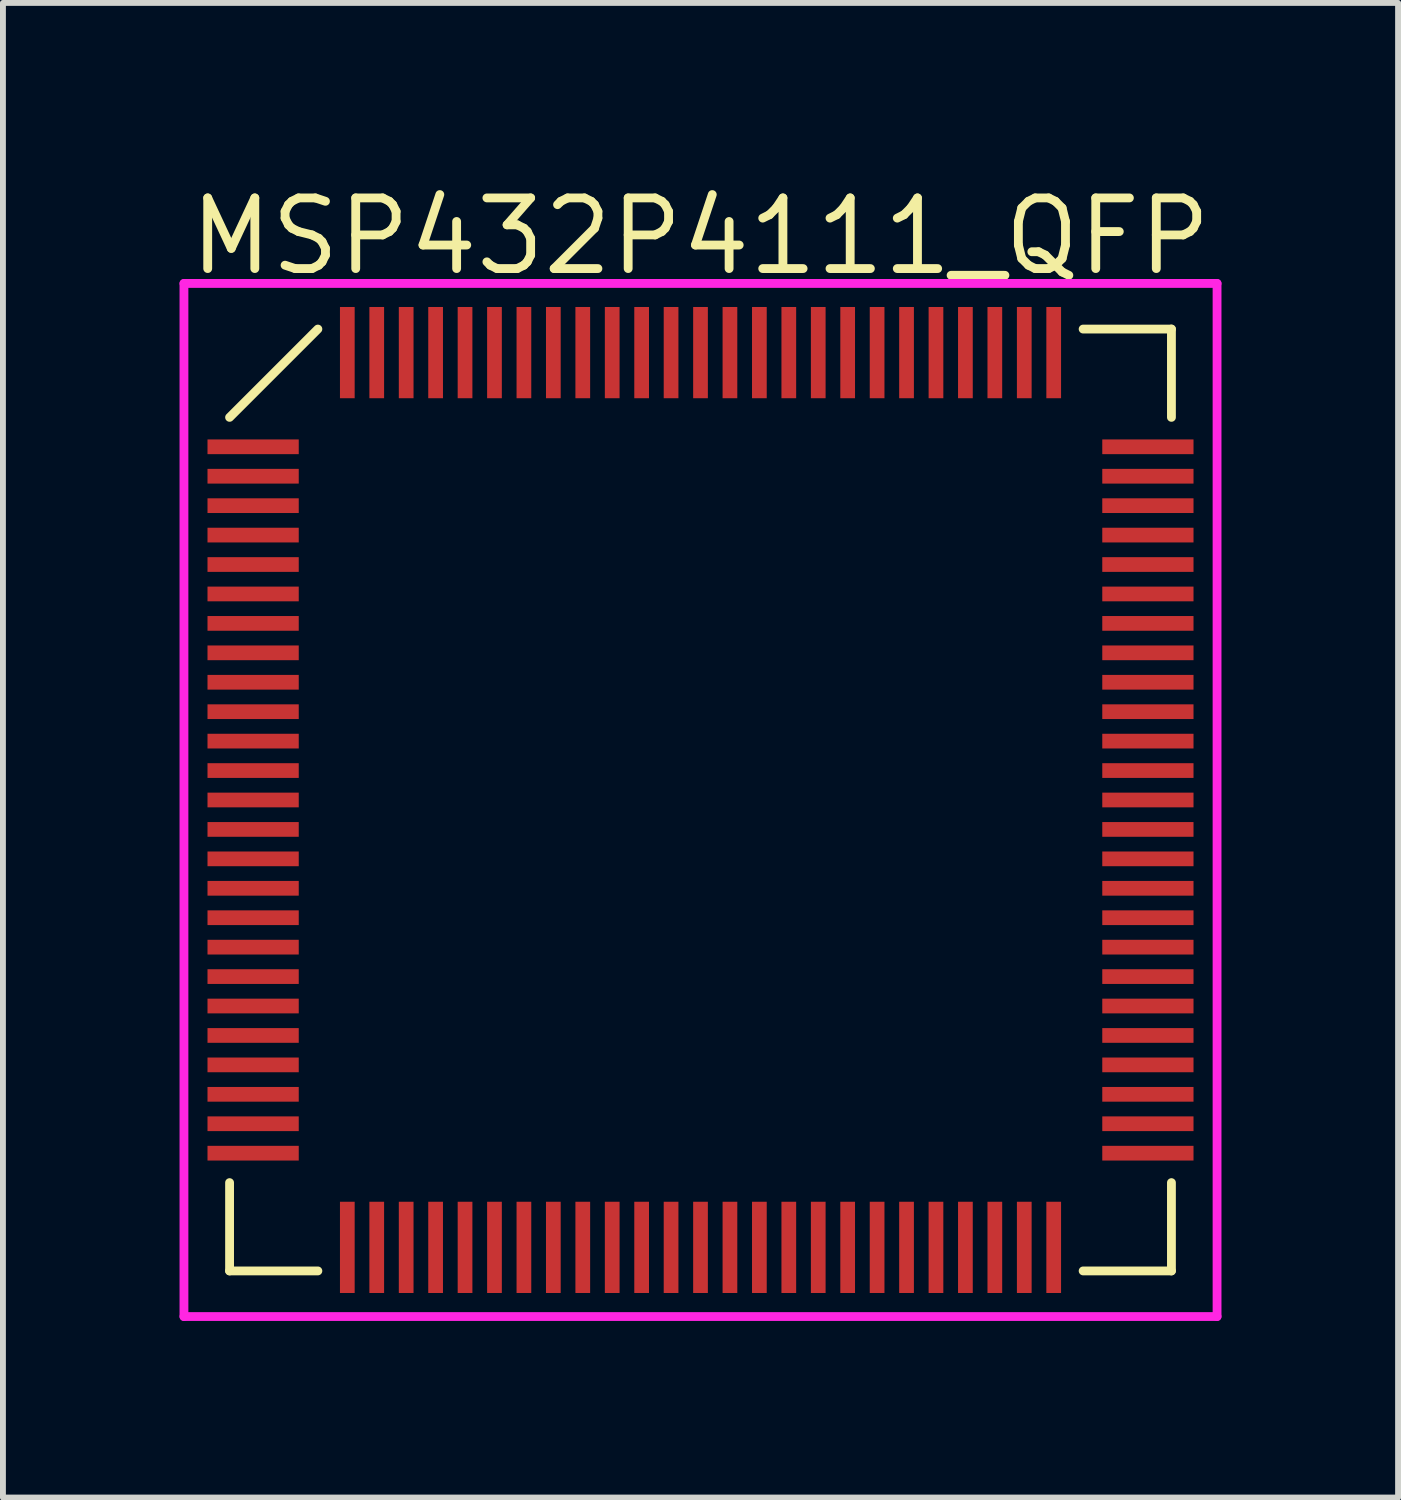
<source format=kicad_pcb>
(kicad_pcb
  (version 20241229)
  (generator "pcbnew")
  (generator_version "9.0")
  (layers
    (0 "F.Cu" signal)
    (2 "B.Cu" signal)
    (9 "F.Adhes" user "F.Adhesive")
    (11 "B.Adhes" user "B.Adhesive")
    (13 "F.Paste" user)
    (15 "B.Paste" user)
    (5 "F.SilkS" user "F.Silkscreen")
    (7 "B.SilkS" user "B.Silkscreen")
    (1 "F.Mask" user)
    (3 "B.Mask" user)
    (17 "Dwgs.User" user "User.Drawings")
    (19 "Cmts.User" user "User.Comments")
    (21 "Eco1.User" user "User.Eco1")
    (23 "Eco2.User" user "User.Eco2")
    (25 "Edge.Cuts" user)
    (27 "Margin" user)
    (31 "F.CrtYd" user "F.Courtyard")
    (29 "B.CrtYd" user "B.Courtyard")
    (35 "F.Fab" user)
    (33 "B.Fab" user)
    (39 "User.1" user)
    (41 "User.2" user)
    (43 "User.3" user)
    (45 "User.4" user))
  (footprint "MSP432P4111_QFP"
    (layer "F.Cu")
    (at 8.85 10.54)
    (property "Reference" "MSP432P4111_QFP" (at 0 -9.575 0) (layer "F.SilkS") (effects (font (size 1.2 1.2) (thickness 0.15))))
    (attr through_hole)
    (fp_line (start -8 -6.5) (end -6.5 -8) (stroke (width 0.15) (type solid)) (layer "F.SilkS"))
    (fp_line (start -8 8) (end -8 6.5) (stroke (width 0.15) (type solid)) (layer "F.SilkS"))
    (fp_line (start -6.5 8) (end -8 8) (stroke (width 0.15) (type solid)) (layer "F.SilkS"))
    (fp_line (start 6.5 -8) (end 8 -8) (stroke (width 0.15) (type solid)) (layer "F.SilkS"))
    (fp_line (start 6.5 8) (end 8 8) (stroke (width 0.15) (type solid)) (layer "F.SilkS"))
    (fp_line (start 8 -8) (end 8 -6.5) (stroke (width 0.15) (type solid)) (layer "F.SilkS"))
    (fp_line (start 8 8) (end 8 6.5) (stroke (width 0.15) (type solid)) (layer "F.SilkS"))
    (fp_line (start -8.775 -8.775) (end 8.775 -8.775) (stroke (width 0.15) (type solid)) (layer "F.CrtYd"))
    (fp_line (start -8.775 8.775) (end -8.775 -8.775) (stroke (width 0.15) (type solid)) (layer "F.CrtYd"))
    (fp_line (start 8.775 -8.775) (end 8.775 8.775) (stroke (width 0.15) (type solid)) (layer "F.CrtYd"))
    (fp_line (start 8.775 8.775) (end -8.775 8.775) (stroke (width 0.15) (type solid)) (layer "F.CrtYd"))
    (pad "1" smd rect (at -7.6 -6 90) (size 0.25 1.55) (layers "F.Cu" "F.Mask" "F.Paste"))
    (pad "2" smd rect (at -7.6 -5.5 90) (size 0.25 1.55) (layers "F.Cu" "F.Mask" "F.Paste"))
    (pad "3" smd rect (at -7.6 -5 90) (size 0.25 1.55) (layers "F.Cu" "F.Mask" "F.Paste"))
    (pad "4" smd rect (at -7.6 -4.5 90) (size 0.25 1.55) (layers "F.Cu" "F.Mask" "F.Paste"))
    (pad "5" smd rect (at -7.6 -4 90) (size 0.25 1.55) (layers "F.Cu" "F.Mask" "F.Paste"))
    (pad "6" smd rect (at -7.6 -3.5 90) (size 0.25 1.55) (layers "F.Cu" "F.Mask" "F.Paste"))
    (pad "7" smd rect (at -7.6 -3 90) (size 0.25 1.55) (layers "F.Cu" "F.Mask" "F.Paste"))
    (pad "8" smd rect (at -7.6 -2.5 90) (size 0.25 1.55) (layers "F.Cu" "F.Mask" "F.Paste"))
    (pad "9" smd rect (at -7.6 -2 90) (size 0.25 1.55) (layers "F.Cu" "F.Mask" "F.Paste"))
    (pad "10" smd rect (at -7.6 -1.5 90) (size 0.25 1.55) (layers "F.Cu" "F.Mask" "F.Paste"))
    (pad "11" smd rect (at -7.6 -1 90) (size 0.25 1.55) (layers "F.Cu" "F.Mask" "F.Paste"))
    (pad "12" smd rect (at -7.6 -0.5 90) (size 0.25 1.55) (layers "F.Cu" "F.Mask" "F.Paste"))
    (pad "13" smd rect (at -7.6 0 90) (size 0.25 1.55) (layers "F.Cu" "F.Mask" "F.Paste"))
    (pad "14" smd rect (at -7.6 0.5 90) (size 0.25 1.55) (layers "F.Cu" "F.Mask" "F.Paste"))
    (pad "15" smd rect (at -7.6 1 90) (size 0.25 1.55) (layers "F.Cu" "F.Mask" "F.Paste"))
    (pad "16" smd rect (at -7.6 1.5 90) (size 0.25 1.55) (layers "F.Cu" "F.Mask" "F.Paste"))
    (pad "17" smd rect (at -7.6 2 90) (size 0.25 1.55) (layers "F.Cu" "F.Mask" "F.Paste"))
    (pad "18" smd rect (at -7.6 2.5 90) (size 0.25 1.55) (layers "F.Cu" "F.Mask" "F.Paste"))
    (pad "19" smd rect (at -7.6 3 90) (size 0.25 1.55) (layers "F.Cu" "F.Mask" "F.Paste"))
    (pad "20" smd rect (at -7.6 3.5 90) (size 0.25 1.55) (layers "F.Cu" "F.Mask" "F.Paste"))
    (pad "21" smd rect (at -7.6 4 90) (size 0.25 1.55) (layers "F.Cu" "F.Mask" "F.Paste"))
    (pad "22" smd rect (at -7.6 4.5 90) (size 0.25 1.55) (layers "F.Cu" "F.Mask" "F.Paste"))
    (pad "23" smd rect (at -7.6 5 90) (size 0.25 1.55) (layers "F.Cu" "F.Mask" "F.Paste"))
    (pad "24" smd rect (at -7.6 5.5 90) (size 0.25 1.55) (layers "F.Cu" "F.Mask" "F.Paste"))
    (pad "25" smd rect (at -7.6 6 90) (size 0.25 1.55) (layers "F.Cu" "F.Mask" "F.Paste"))
    (pad "26" smd rect (at -6 7.6) (size 0.25 1.55) (layers "F.Cu" "F.Mask" "F.Paste"))
    (pad "27" smd rect (at -5.5 7.6) (size 0.25 1.55) (layers "F.Cu" "F.Mask" "F.Paste"))
    (pad "28" smd rect (at -5 7.6) (size 0.25 1.55) (layers "F.Cu" "F.Mask" "F.Paste"))
    (pad "29" smd rect (at -4.5 7.6) (size 0.25 1.55) (layers "F.Cu" "F.Mask" "F.Paste"))
    (pad "30" smd rect (at -4 7.6) (size 0.25 1.55) (layers "F.Cu" "F.Mask" "F.Paste"))
    (pad "31" smd rect (at -3.5 7.6) (size 0.25 1.55) (layers "F.Cu" "F.Mask" "F.Paste"))
    (pad "32" smd rect (at -3 7.6) (size 0.25 1.55) (layers "F.Cu" "F.Mask" "F.Paste"))
    (pad "33" smd rect (at -2.5 7.6) (size 0.25 1.55) (layers "F.Cu" "F.Mask" "F.Paste"))
    (pad "34" smd rect (at -2 7.6) (size 0.25 1.55) (layers "F.Cu" "F.Mask" "F.Paste"))
    (pad "35" smd rect (at -1.5 7.6) (size 0.25 1.55) (layers "F.Cu" "F.Mask" "F.Paste"))
    (pad "36" smd rect (at -1 7.6) (size 0.25 1.55) (layers "F.Cu" "F.Mask" "F.Paste"))
    (pad "37" smd rect (at -0.5 7.6) (size 0.25 1.55) (layers "F.Cu" "F.Mask" "F.Paste"))
    (pad "38" smd rect (at 0 7.6) (size 0.25 1.55) (layers "F.Cu" "F.Mask" "F.Paste"))
    (pad "39" smd rect (at 0.5 7.6) (size 0.25 1.55) (layers "F.Cu" "F.Mask" "F.Paste"))
    (pad "40" smd rect (at 1 7.6) (size 0.25 1.55) (layers "F.Cu" "F.Mask" "F.Paste"))
    (pad "41" smd rect (at 1.5 7.6) (size 0.25 1.55) (layers "F.Cu" "F.Mask" "F.Paste"))
    (pad "42" smd rect (at 2 7.6) (size 0.25 1.55) (layers "F.Cu" "F.Mask" "F.Paste"))
    (pad "43" smd rect (at 2.5 7.6) (size 0.25 1.55) (layers "F.Cu" "F.Mask" "F.Paste"))
    (pad "44" smd rect (at 3 7.6) (size 0.25 1.55) (layers "F.Cu" "F.Mask" "F.Paste"))
    (pad "45" smd rect (at 3.5 7.6) (size 0.25 1.55) (layers "F.Cu" "F.Mask" "F.Paste"))
    (pad "46" smd rect (at 4 7.6) (size 0.25 1.55) (layers "F.Cu" "F.Mask" "F.Paste"))
    (pad "47" smd rect (at 4.5 7.6) (size 0.25 1.55) (layers "F.Cu" "F.Mask" "F.Paste"))
    (pad "48" smd rect (at 5 7.6) (size 0.25 1.55) (layers "F.Cu" "F.Mask" "F.Paste"))
    (pad "49" smd rect (at 5.5 7.6) (size 0.25 1.55) (layers "F.Cu" "F.Mask" "F.Paste"))
    (pad "50" smd rect (at 6 7.6) (size 0.25 1.55) (layers "F.Cu" "F.Mask" "F.Paste"))
    (pad "51" smd rect (at 7.6 6 90) (size 0.25 1.55) (layers "F.Cu" "F.Mask" "F.Paste"))
    (pad "52" smd rect (at 7.6 5.5 90) (size 0.25 1.55) (layers "F.Cu" "F.Mask" "F.Paste"))
    (pad "53" smd rect (at 7.6 5 90) (size 0.25 1.55) (layers "F.Cu" "F.Mask" "F.Paste"))
    (pad "54" smd rect (at 7.6 4.5 90) (size 0.25 1.55) (layers "F.Cu" "F.Mask" "F.Paste"))
    (pad "55" smd rect (at 7.6 4 90) (size 0.25 1.55) (layers "F.Cu" "F.Mask" "F.Paste"))
    (pad "56" smd rect (at 7.6 3.5 90) (size 0.25 1.55) (layers "F.Cu" "F.Mask" "F.Paste"))
    (pad "57" smd rect (at 7.6 3 90) (size 0.25 1.55) (layers "F.Cu" "F.Mask" "F.Paste"))
    (pad "58" smd rect (at 7.6 2.5 90) (size 0.25 1.55) (layers "F.Cu" "F.Mask" "F.Paste"))
    (pad "59" smd rect (at 7.6 2 90) (size 0.25 1.55) (layers "F.Cu" "F.Mask" "F.Paste"))
    (pad "60" smd rect (at 7.6 1.5 90) (size 0.25 1.55) (layers "F.Cu" "F.Mask" "F.Paste"))
    (pad "61" smd rect (at 7.6 1 90) (size 0.25 1.55) (layers "F.Cu" "F.Mask" "F.Paste"))
    (pad "62" smd rect (at 7.6 0.5 90) (size 0.25 1.55) (layers "F.Cu" "F.Mask" "F.Paste"))
    (pad "63" smd rect (at 7.6 0 90) (size 0.25 1.55) (layers "F.Cu" "F.Mask" "F.Paste"))
    (pad "64" smd rect (at 7.6 -0.5 90) (size 0.25 1.55) (layers "F.Cu" "F.Mask" "F.Paste"))
    (pad "65" smd rect (at 7.6 -1 90) (size 0.25 1.55) (layers "F.Cu" "F.Mask" "F.Paste"))
    (pad "66" smd rect (at 7.6 -1.5 90) (size 0.25 1.55) (layers "F.Cu" "F.Mask" "F.Paste"))
    (pad "67" smd rect (at 7.6 -2 90) (size 0.25 1.55) (layers "F.Cu" "F.Mask" "F.Paste"))
    (pad "68" smd rect (at 7.6 -2.5 90) (size 0.25 1.55) (layers "F.Cu" "F.Mask" "F.Paste"))
    (pad "69" smd rect (at 7.6 -3 90) (size 0.25 1.55) (layers "F.Cu" "F.Mask" "F.Paste"))
    (pad "70" smd rect (at 7.6 -3.5 90) (size 0.25 1.55) (layers "F.Cu" "F.Mask" "F.Paste"))
    (pad "71" smd rect (at 7.6 -4 90) (size 0.25 1.55) (layers "F.Cu" "F.Mask" "F.Paste"))
    (pad "72" smd rect (at 7.6 -4.5 90) (size 0.25 1.55) (layers "F.Cu" "F.Mask" "F.Paste"))
    (pad "73" smd rect (at 7.6 -5 90) (size 0.25 1.55) (layers "F.Cu" "F.Mask" "F.Paste"))
    (pad "74" smd rect (at 7.6 -5.5 90) (size 0.25 1.55) (layers "F.Cu" "F.Mask" "F.Paste"))
    (pad "75" smd rect (at 7.6 -6 90) (size 0.25 1.55) (layers "F.Cu" "F.Mask" "F.Paste"))
    (pad "76" smd rect (at 6 -7.6) (size 0.25 1.55) (layers "F.Cu" "F.Mask" "F.Paste"))
    (pad "77" smd rect (at 5.5 -7.6) (size 0.25 1.55) (layers "F.Cu" "F.Mask" "F.Paste"))
    (pad "78" smd rect (at 5 -7.6) (size 0.25 1.55) (layers "F.Cu" "F.Mask" "F.Paste"))
    (pad "79" smd rect (at 4.5 -7.6) (size 0.25 1.55) (layers "F.Cu" "F.Mask" "F.Paste"))
    (pad "80" smd rect (at 4 -7.6) (size 0.25 1.55) (layers "F.Cu" "F.Mask" "F.Paste"))
    (pad "81" smd rect (at 3.5 -7.6) (size 0.25 1.55) (layers "F.Cu" "F.Mask" "F.Paste"))
    (pad "82" smd rect (at 3 -7.6) (size 0.25 1.55) (layers "F.Cu" "F.Mask" "F.Paste"))
    (pad "83" smd rect (at 2.5 -7.6) (size 0.25 1.55) (layers "F.Cu" "F.Mask" "F.Paste"))
    (pad "84" smd rect (at 2 -7.6) (size 0.25 1.55) (layers "F.Cu" "F.Mask" "F.Paste"))
    (pad "85" smd rect (at 1.5 -7.6) (size 0.25 1.55) (layers "F.Cu" "F.Mask" "F.Paste"))
    (pad "86" smd rect (at 1 -7.6) (size 0.25 1.55) (layers "F.Cu" "F.Mask" "F.Paste"))
    (pad "87" smd rect (at 0.5 -7.6) (size 0.25 1.55) (layers "F.Cu" "F.Mask" "F.Paste"))
    (pad "88" smd rect (at 0 -7.6) (size 0.25 1.55) (layers "F.Cu" "F.Mask" "F.Paste"))
    (pad "89" smd rect (at -0.5 -7.6) (size 0.25 1.55) (layers "F.Cu" "F.Mask" "F.Paste"))
    (pad "90" smd rect (at -1 -7.6) (size 0.25 1.55) (layers "F.Cu" "F.Mask" "F.Paste"))
    (pad "91" smd rect (at -1.5 -7.6) (size 0.25 1.55) (layers "F.Cu" "F.Mask" "F.Paste"))
    (pad "92" smd rect (at -2 -7.6) (size 0.25 1.55) (layers "F.Cu" "F.Mask" "F.Paste"))
    (pad "93" smd rect (at -2.5 -7.6) (size 0.25 1.55) (layers "F.Cu" "F.Mask" "F.Paste"))
    (pad "94" smd rect (at -3 -7.6) (size 0.25 1.55) (layers "F.Cu" "F.Mask" "F.Paste"))
    (pad "95" smd rect (at -3.5 -7.6) (size 0.25 1.55) (layers "F.Cu" "F.Mask" "F.Paste"))
    (pad "96" smd rect (at -4 -7.6) (size 0.25 1.55) (layers "F.Cu" "F.Mask" "F.Paste"))
    (pad "97" smd rect (at -4.5 -7.6) (size 0.25 1.55) (layers "F.Cu" "F.Mask" "F.Paste"))
    (pad "98" smd rect (at -5 -7.6) (size 0.25 1.55) (layers "F.Cu" "F.Mask" "F.Paste"))
    (pad "99" smd rect (at -5.5 -7.6) (size 0.25 1.55) (layers "F.Cu" "F.Mask" "F.Paste"))
    (pad "100" smd rect (at -6 -7.6) (size 0.25 1.55) (layers "F.Cu" "F.Mask" "F.Paste")))
  (gr_rect
    (start -3 -3)
    (end 20.7 22.39)
    (stroke (width 0.1) (type default))
    (fill no)
    (layer "Edge.Cuts")))
</source>
